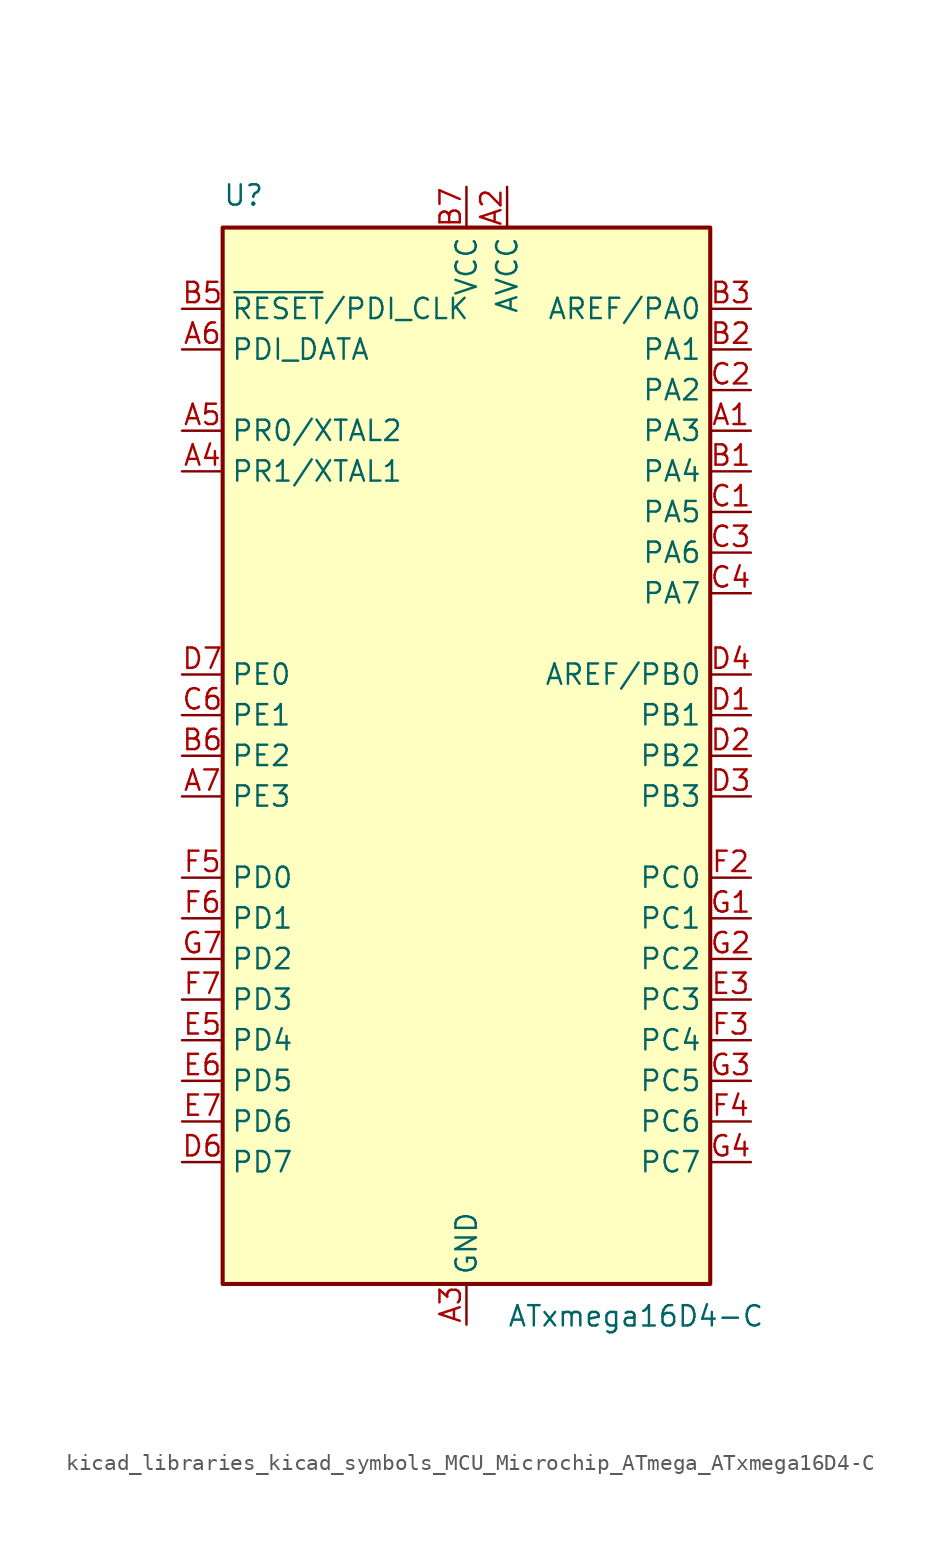
<source format=kicad_sym>
(kicad_symbol_lib
  (version 20220914)
  (generator kicad_symbol_editor)
  (symbol "kicad_libraries_kicad_symbols_MCU_Microchip_ATmega_ATxmega16D4-C"
    (property "Reference" "U"
      (at -15.24 34.29 0)
      (effects (font (size 1.27 1.27)) (justify left bottom)))
    (property "Value" "ATxmega16D4-C"
      (at 2.54 -34.29 0)
      (effects (font (size 1.27 1.27)) (justify left top)))
    (symbol "kicad_libraries_kicad_symbols_MCU_Microchip_ATmega_ATxmega16D4-C_0_1"
      (rectangle (start -15.24 -33.02) (end 15.24 33.02) (stroke (width 0.254) (type default)) (fill (type background))))
    (symbol "kicad_libraries_kicad_symbols_MCU_Microchip_ATmega_ATxmega16D4-C_1_1"
      (pin bidirectional line (at 17.78 20.32 180) (length 2.54) (name "PA3" (effects (font (size 1.27 1.27)))) (number "A1" (effects (font (size 1.27 1.27)))))
      (pin power_in line (at 2.54 35.56 270) (length 2.54) (name "AVCC" (effects (font (size 1.27 1.27)))) (number "A2" (effects (font (size 1.27 1.27)))))
      (pin power_in line (at 0 -35.56 90) (length 2.54) (name "GND" (effects (font (size 1.27 1.27)))) (number "A3" (effects (font (size 1.27 1.27)))))
      (pin bidirectional line (at -17.78 17.78 0) (length 2.54) (name "PR1/XTAL1" (effects (font (size 1.27 1.27)))) (number "A4" (effects (font (size 1.27 1.27)))))
      (pin bidirectional line (at -17.78 20.32 0) (length 2.54) (name "PR0/XTAL2" (effects (font (size 1.27 1.27)))) (number "A5" (effects (font (size 1.27 1.27)))))
      (pin bidirectional line (at -17.78 25.4 0) (length 2.54) (name "PDI_DATA" (effects (font (size 1.27 1.27)))) (number "A6" (effects (font (size 1.27 1.27)))))
      (pin bidirectional line (at -17.78 -2.54 0) (length 2.54) (name "PE3" (effects (font (size 1.27 1.27)))) (number "A7" (effects (font (size 1.27 1.27)))))
      (pin bidirectional line (at 17.78 17.78 180) (length 2.54) (name "PA4" (effects (font (size 1.27 1.27)))) (number "B1" (effects (font (size 1.27 1.27)))))
      (pin bidirectional line (at 17.78 25.4 180) (length 2.54) (name "PA1" (effects (font (size 1.27 1.27)))) (number "B2" (effects (font (size 1.27 1.27)))))
      (pin bidirectional line (at 17.78 27.94 180) (length 2.54) (name "AREF/PA0" (effects (font (size 1.27 1.27)))) (number "B3" (effects (font (size 1.27 1.27)))))
      (pin passive line (at 0 -35.56 90) (length 2.54) hide (name "GND" (effects (font (size 1.27 1.27)))) (number "B4" (effects (font (size 1.27 1.27)))))
      (pin input line (at -17.78 27.94 0) (length 2.54) (name "~{RESET}/PDI_CLK" (effects (font (size 1.27 1.27)))) (number "B5" (effects (font (size 1.27 1.27)))))
      (pin bidirectional line (at -17.78 0 0) (length 2.54) (name "PE2" (effects (font (size 1.27 1.27)))) (number "B6" (effects (font (size 1.27 1.27)))))
      (pin power_in line (at 0 35.56 270) (length 2.54) (name "VCC" (effects (font (size 1.27 1.27)))) (number "B7" (effects (font (size 1.27 1.27)))))
      (pin bidirectional line (at 17.78 15.24 180) (length 2.54) (name "PA5" (effects (font (size 1.27 1.27)))) (number "C1" (effects (font (size 1.27 1.27)))))
      (pin bidirectional line (at 17.78 22.86 180) (length 2.54) (name "PA2" (effects (font (size 1.27 1.27)))) (number "C2" (effects (font (size 1.27 1.27)))))
      (pin bidirectional line (at 17.78 12.7 180) (length 2.54) (name "PA6" (effects (font (size 1.27 1.27)))) (number "C3" (effects (font (size 1.27 1.27)))))
      (pin bidirectional line (at 17.78 10.16 180) (length 2.54) (name "PA7" (effects (font (size 1.27 1.27)))) (number "C4" (effects (font (size 1.27 1.27)))))
      (pin passive line (at 0 -35.56 90) (length 2.54) hide (name "GND" (effects (font (size 1.27 1.27)))) (number "C5" (effects (font (size 1.27 1.27)))))
      (pin bidirectional line (at -17.78 2.54 0) (length 2.54) (name "PE1" (effects (font (size 1.27 1.27)))) (number "C6" (effects (font (size 1.27 1.27)))))
      (pin passive line (at 0 -35.56 90) (length 2.54) hide (name "GND" (effects (font (size 1.27 1.27)))) (number "C7" (effects (font (size 1.27 1.27)))))
      (pin bidirectional line (at 17.78 2.54 180) (length 2.54) (name "PB1" (effects (font (size 1.27 1.27)))) (number "D1" (effects (font (size 1.27 1.27)))))
      (pin bidirectional line (at 17.78 0 180) (length 2.54) (name "PB2" (effects (font (size 1.27 1.27)))) (number "D2" (effects (font (size 1.27 1.27)))))
      (pin bidirectional line (at 17.78 -2.54 180) (length 2.54) (name "PB3" (effects (font (size 1.27 1.27)))) (number "D3" (effects (font (size 1.27 1.27)))))
      (pin bidirectional line (at 17.78 5.08 180) (length 2.54) (name "AREF/PB0" (effects (font (size 1.27 1.27)))) (number "D4" (effects (font (size 1.27 1.27)))))
      (pin passive line (at 0 -35.56 90) (length 2.54) hide (name "GND" (effects (font (size 1.27 1.27)))) (number "D5" (effects (font (size 1.27 1.27)))))
      (pin bidirectional line (at -17.78 -25.4 0) (length 2.54) (name "PD7" (effects (font (size 1.27 1.27)))) (number "D6" (effects (font (size 1.27 1.27)))))
      (pin bidirectional line (at -17.78 5.08 0) (length 2.54) (name "PE0" (effects (font (size 1.27 1.27)))) (number "D7" (effects (font (size 1.27 1.27)))))
      (pin passive line (at 0 -35.56 90) (length 2.54) hide (name "GND" (effects (font (size 1.27 1.27)))) (number "E1" (effects (font (size 1.27 1.27)))))
      (pin passive line (at 0 -35.56 90) (length 2.54) hide (name "GND" (effects (font (size 1.27 1.27)))) (number "E2" (effects (font (size 1.27 1.27)))))
      (pin bidirectional line (at 17.78 -15.24 180) (length 2.54) (name "PC3" (effects (font (size 1.27 1.27)))) (number "E3" (effects (font (size 1.27 1.27)))))
      (pin passive line (at 0 -35.56 90) (length 2.54) hide (name "GND" (effects (font (size 1.27 1.27)))) (number "E4" (effects (font (size 1.27 1.27)))))
      (pin bidirectional line (at -17.78 -17.78 0) (length 2.54) (name "PD4" (effects (font (size 1.27 1.27)))) (number "E5" (effects (font (size 1.27 1.27)))))
      (pin bidirectional line (at -17.78 -20.32 0) (length 2.54) (name "PD5" (effects (font (size 1.27 1.27)))) (number "E6" (effects (font (size 1.27 1.27)))))
      (pin bidirectional line (at -17.78 -22.86 0) (length 2.54) (name "PD6" (effects (font (size 1.27 1.27)))) (number "E7" (effects (font (size 1.27 1.27)))))
      (pin passive line (at 0 35.56 270) (length 2.54) hide (name "VCC" (effects (font (size 1.27 1.27)))) (number "F1" (effects (font (size 1.27 1.27)))))
      (pin bidirectional line (at 17.78 -7.62 180) (length 2.54) (name "PC0" (effects (font (size 1.27 1.27)))) (number "F2" (effects (font (size 1.27 1.27)))))
      (pin bidirectional line (at 17.78 -17.78 180) (length 2.54) (name "PC4" (effects (font (size 1.27 1.27)))) (number "F3" (effects (font (size 1.27 1.27)))))
      (pin bidirectional line (at 17.78 -22.86 180) (length 2.54) (name "PC6" (effects (font (size 1.27 1.27)))) (number "F4" (effects (font (size 1.27 1.27)))))
      (pin bidirectional line (at -17.78 -7.62 0) (length 2.54) (name "PD0" (effects (font (size 1.27 1.27)))) (number "F5" (effects (font (size 1.27 1.27)))))
      (pin bidirectional line (at -17.78 -10.16 0) (length 2.54) (name "PD1" (effects (font (size 1.27 1.27)))) (number "F6" (effects (font (size 1.27 1.27)))))
      (pin bidirectional line (at -17.78 -15.24 0) (length 2.54) (name "PD3" (effects (font (size 1.27 1.27)))) (number "F7" (effects (font (size 1.27 1.27)))))
      (pin bidirectional line (at 17.78 -10.16 180) (length 2.54) (name "PC1" (effects (font (size 1.27 1.27)))) (number "G1" (effects (font (size 1.27 1.27)))))
      (pin bidirectional line (at 17.78 -12.7 180) (length 2.54) (name "PC2" (effects (font (size 1.27 1.27)))) (number "G2" (effects (font (size 1.27 1.27)))))
      (pin bidirectional line (at 17.78 -20.32 180) (length 2.54) (name "PC5" (effects (font (size 1.27 1.27)))) (number "G3" (effects (font (size 1.27 1.27)))))
      (pin bidirectional line (at 17.78 -25.4 180) (length 2.54) (name "PC7" (effects (font (size 1.27 1.27)))) (number "G4" (effects (font (size 1.27 1.27)))))
      (pin passive line (at 0 -35.56 90) (length 2.54) hide (name "GND" (effects (font (size 1.27 1.27)))) (number "G5" (effects (font (size 1.27 1.27)))))
      (pin passive line (at 0 35.56 270) (length 2.54) hide (name "VCC" (effects (font (size 1.27 1.27)))) (number "G6" (effects (font (size 1.27 1.27)))))
      (pin bidirectional line (at -17.78 -12.7 0) (length 2.54) (name "PD2" (effects (font (size 1.27 1.27)))) (number "G7" (effects (font (size 1.27 1.27))))))))
</source>
